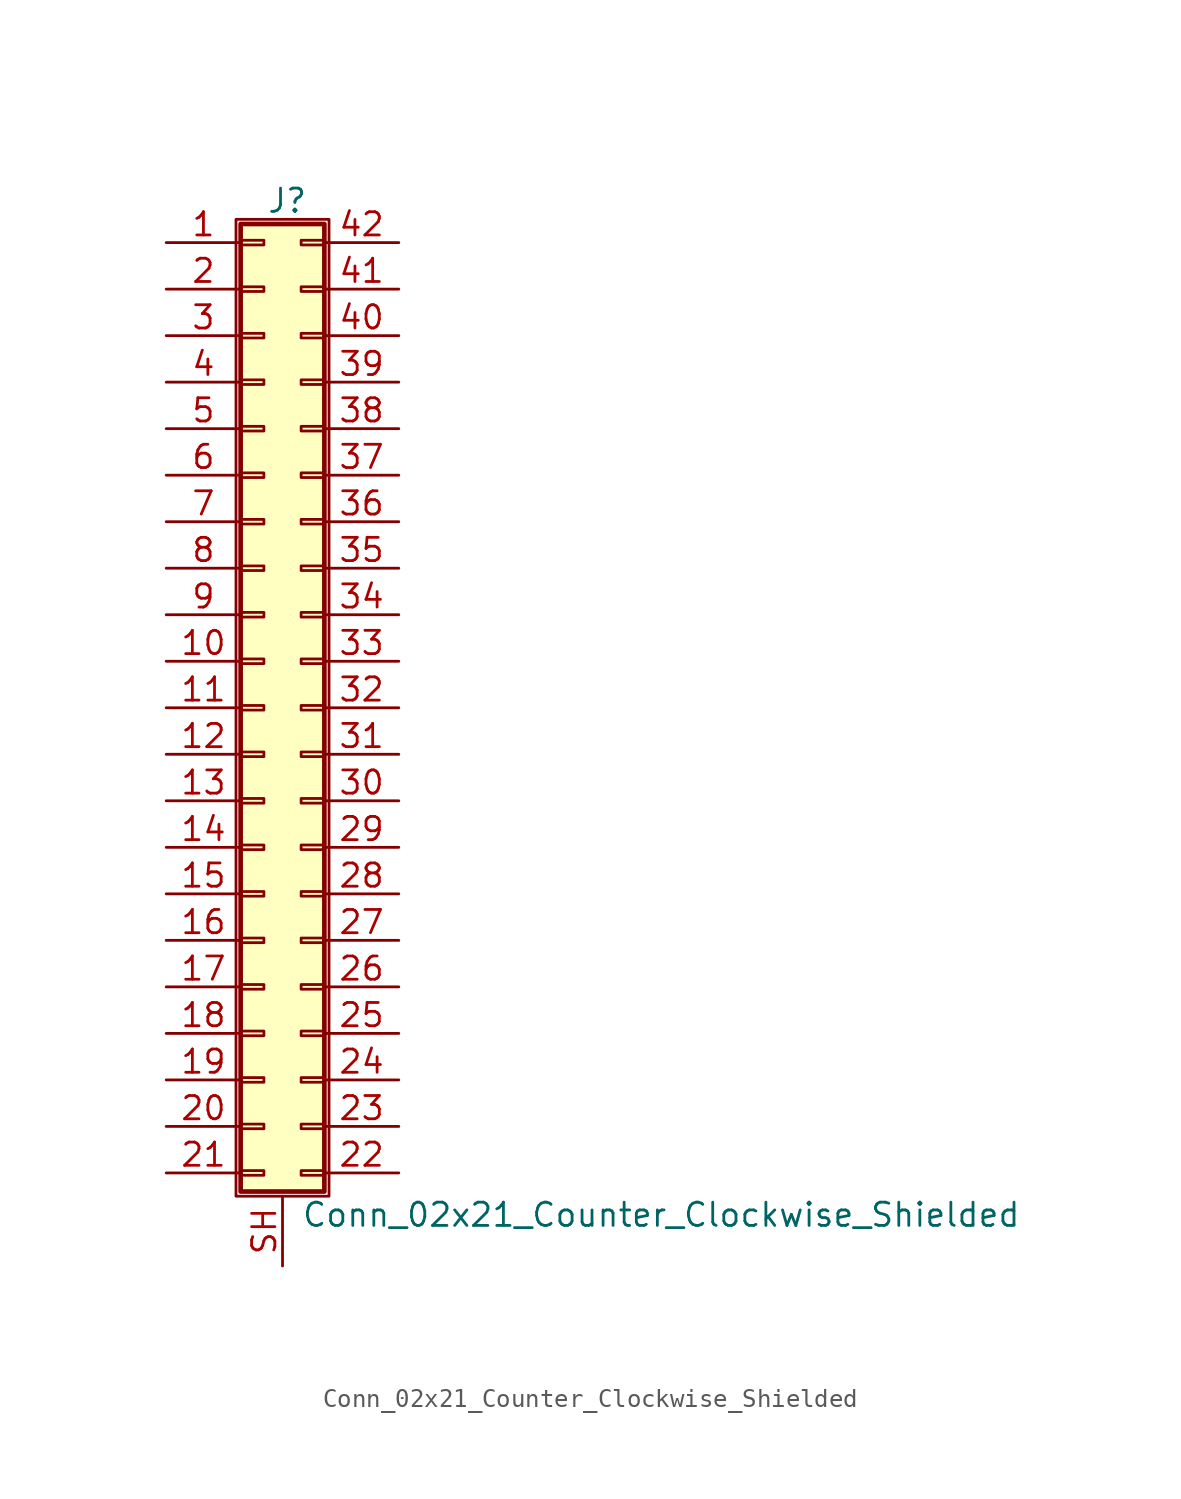
<source format=kicad_sym>
(kicad_symbol_lib
  (version 20201005)
  (generator kicad_symbol_editor)
  (symbol "Conn_02x21_Counter_Clockwise_Shielded"
    (pin_names
      (offset 1.016) hide)
    (property "Reference" "J"
      (at 1.524 27.686 0)
      (effects (font (size 1.27 1.27))))
    (property "Value" "Conn_02x21_Counter_Clockwise_Shielded"
      (at 2.286 -27.686 0)
      (effects (font (size 1.27 1.27)) (justify left)))
    (symbol "Conn_02x21_Counter_Clockwise_Shielded_1_1"
      (rectangle (start -1.27 26.67) (end 3.81 -26.67) (stroke (width 0.152)) (fill (type none)))
      (rectangle (start -1.016 -25.273) (end 0.254 -25.527) (stroke (width 0.152)) (fill (type none)))
      (rectangle (start -1.016 -22.733) (end 0.254 -22.987) (stroke (width 0.152)) (fill (type none)))
      (rectangle (start -1.016 -20.193) (end 0.254 -20.447) (stroke (width 0.152)) (fill (type none)))
      (rectangle (start -1.016 -17.653) (end 0.254 -17.907) (stroke (width 0.152)) (fill (type none)))
      (rectangle (start -1.016 -15.113) (end 0.254 -15.367) (stroke (width 0.152)) (fill (type none)))
      (rectangle (start -1.016 -12.573) (end 0.254 -12.827) (stroke (width 0.152)) (fill (type none)))
      (rectangle (start -1.016 -10.033) (end 0.254 -10.287) (stroke (width 0.152)) (fill (type none)))
      (rectangle (start -1.016 -7.493) (end 0.254 -7.747) (stroke (width 0.152)) (fill (type none)))
      (rectangle (start -1.016 -4.953) (end 0.254 -5.207) (stroke (width 0.152)) (fill (type none)))
      (rectangle (start -1.016 -2.413) (end 0.254 -2.667) (stroke (width 0.152)) (fill (type none)))
      (rectangle (start -1.016 0.127) (end 0.254 -0.127) (stroke (width 0.152)) (fill (type none)))
      (rectangle (start -1.016 2.667) (end 0.254 2.413) (stroke (width 0.152)) (fill (type none)))
      (rectangle (start -1.016 5.207) (end 0.254 4.953) (stroke (width 0.152)) (fill (type none)))
      (rectangle (start -1.016 7.747) (end 0.254 7.493) (stroke (width 0.152)) (fill (type none)))
      (rectangle (start -1.016 10.287) (end 0.254 10.033) (stroke (width 0.152)) (fill (type none)))
      (rectangle (start -1.016 12.827) (end 0.254 12.573) (stroke (width 0.152)) (fill (type none)))
      (rectangle (start -1.016 15.367) (end 0.254 15.113) (stroke (width 0.152)) (fill (type none)))
      (rectangle (start -1.016 17.907) (end 0.254 17.653) (stroke (width 0.152)) (fill (type none)))
      (rectangle (start -1.016 20.447) (end 0.254 20.193) (stroke (width 0.152)) (fill (type none)))
      (rectangle (start -1.016 22.987) (end 0.254 22.733) (stroke (width 0.152)) (fill (type none)))
      (rectangle (start -1.016 25.527) (end 0.254 25.273) (stroke (width 0.152)) (fill (type none)))
      (rectangle (start -1.016 26.416) (end 3.556 -26.416) (stroke (width 0.254)) (fill (type background)))
      (rectangle (start 3.556 -25.273) (end 2.286 -25.527) (stroke (width 0.152)) (fill (type none)))
      (rectangle (start 3.556 -22.733) (end 2.286 -22.987) (stroke (width 0.152)) (fill (type none)))
      (rectangle (start 3.556 -20.193) (end 2.286 -20.447) (stroke (width 0.152)) (fill (type none)))
      (rectangle (start 3.556 -17.653) (end 2.286 -17.907) (stroke (width 0.152)) (fill (type none)))
      (rectangle (start 3.556 -15.113) (end 2.286 -15.367) (stroke (width 0.152)) (fill (type none)))
      (rectangle (start 3.556 -12.573) (end 2.286 -12.827) (stroke (width 0.152)) (fill (type none)))
      (rectangle (start 3.556 -10.033) (end 2.286 -10.287) (stroke (width 0.152)) (fill (type none)))
      (rectangle (start 3.556 -7.493) (end 2.286 -7.747) (stroke (width 0.152)) (fill (type none)))
      (rectangle (start 3.556 -4.953) (end 2.286 -5.207) (stroke (width 0.152)) (fill (type none)))
      (rectangle (start 3.556 -2.413) (end 2.286 -2.667) (stroke (width 0.152)) (fill (type none)))
      (rectangle (start 3.556 0.127) (end 2.286 -0.127) (stroke (width 0.152)) (fill (type none)))
      (rectangle (start 3.556 2.667) (end 2.286 2.413) (stroke (width 0.152)) (fill (type none)))
      (rectangle (start 3.556 5.207) (end 2.286 4.953) (stroke (width 0.152)) (fill (type none)))
      (rectangle (start 3.556 7.747) (end 2.286 7.493) (stroke (width 0.152)) (fill (type none)))
      (rectangle (start 3.556 10.287) (end 2.286 10.033) (stroke (width 0.152)) (fill (type none)))
      (rectangle (start 3.556 12.827) (end 2.286 12.573) (stroke (width 0.152)) (fill (type none)))
      (rectangle (start 3.556 15.367) (end 2.286 15.113) (stroke (width 0.152)) (fill (type none)))
      (rectangle (start 3.556 17.907) (end 2.286 17.653) (stroke (width 0.152)) (fill (type none)))
      (rectangle (start 3.556 20.447) (end 2.286 20.193) (stroke (width 0.152)) (fill (type none)))
      (rectangle (start 3.556 22.987) (end 2.286 22.733) (stroke (width 0.152)) (fill (type none)))
      (rectangle (start 3.556 25.527) (end 2.286 25.273) (stroke (width 0.152)) (fill (type none)))
      (pin passive line (at -5.08 25.4 0) (length 4.064) (name "Pin_1" (effects (font (size 1.27 1.27)))) (number "1" (effects (font (size 1.27 1.27)))))
      (pin passive line (at -5.08 2.54 0) (length 4.064) (name "Pin_10" (effects (font (size 1.27 1.27)))) (number "10" (effects (font (size 1.27 1.27)))))
      (pin passive line (at -5.08 0 0) (length 4.064) (name "Pin_11" (effects (font (size 1.27 1.27)))) (number "11" (effects (font (size 1.27 1.27)))))
      (pin passive line (at -5.08 -2.54 0) (length 4.064) (name "Pin_12" (effects (font (size 1.27 1.27)))) (number "12" (effects (font (size 1.27 1.27)))))
      (pin passive line (at -5.08 -5.08 0) (length 4.064) (name "Pin_13" (effects (font (size 1.27 1.27)))) (number "13" (effects (font (size 1.27 1.27)))))
      (pin passive line (at -5.08 -7.62 0) (length 4.064) (name "Pin_14" (effects (font (size 1.27 1.27)))) (number "14" (effects (font (size 1.27 1.27)))))
      (pin passive line (at -5.08 -10.16 0) (length 4.064) (name "Pin_15" (effects (font (size 1.27 1.27)))) (number "15" (effects (font (size 1.27 1.27)))))
      (pin passive line (at -5.08 -12.7 0) (length 4.064) (name "Pin_16" (effects (font (size 1.27 1.27)))) (number "16" (effects (font (size 1.27 1.27)))))
      (pin passive line (at -5.08 -15.24 0) (length 4.064) (name "Pin_17" (effects (font (size 1.27 1.27)))) (number "17" (effects (font (size 1.27 1.27)))))
      (pin passive line (at -5.08 -17.78 0) (length 4.064) (name "Pin_18" (effects (font (size 1.27 1.27)))) (number "18" (effects (font (size 1.27 1.27)))))
      (pin passive line (at -5.08 -20.32 0) (length 4.064) (name "Pin_19" (effects (font (size 1.27 1.27)))) (number "19" (effects (font (size 1.27 1.27)))))
      (pin passive line (at -5.08 22.86 0) (length 4.064) (name "Pin_2" (effects (font (size 1.27 1.27)))) (number "2" (effects (font (size 1.27 1.27)))))
      (pin passive line (at -5.08 -22.86 0) (length 4.064) (name "Pin_20" (effects (font (size 1.27 1.27)))) (number "20" (effects (font (size 1.27 1.27)))))
      (pin passive line (at -5.08 -25.4 0) (length 4.064) (name "Pin_21" (effects (font (size 1.27 1.27)))) (number "21" (effects (font (size 1.27 1.27)))))
      (pin passive line (at 7.62 -25.4 180) (length 4.064) (name "Pin_22" (effects (font (size 1.27 1.27)))) (number "22" (effects (font (size 1.27 1.27)))))
      (pin passive line (at 7.62 -22.86 180) (length 4.064) (name "Pin_23" (effects (font (size 1.27 1.27)))) (number "23" (effects (font (size 1.27 1.27)))))
      (pin passive line (at 7.62 -20.32 180) (length 4.064) (name "Pin_24" (effects (font (size 1.27 1.27)))) (number "24" (effects (font (size 1.27 1.27)))))
      (pin passive line (at 7.62 -17.78 180) (length 4.064) (name "Pin_25" (effects (font (size 1.27 1.27)))) (number "25" (effects (font (size 1.27 1.27)))))
      (pin passive line (at 7.62 -15.24 180) (length 4.064) (name "Pin_26" (effects (font (size 1.27 1.27)))) (number "26" (effects (font (size 1.27 1.27)))))
      (pin passive line (at 7.62 -12.7 180) (length 4.064) (name "Pin_27" (effects (font (size 1.27 1.27)))) (number "27" (effects (font (size 1.27 1.27)))))
      (pin passive line (at 7.62 -10.16 180) (length 4.064) (name "Pin_28" (effects (font (size 1.27 1.27)))) (number "28" (effects (font (size 1.27 1.27)))))
      (pin passive line (at 7.62 -7.62 180) (length 4.064) (name "Pin_29" (effects (font (size 1.27 1.27)))) (number "29" (effects (font (size 1.27 1.27)))))
      (pin passive line (at -5.08 20.32 0) (length 4.064) (name "Pin_3" (effects (font (size 1.27 1.27)))) (number "3" (effects (font (size 1.27 1.27)))))
      (pin passive line (at 7.62 -5.08 180) (length 4.064) (name "Pin_30" (effects (font (size 1.27 1.27)))) (number "30" (effects (font (size 1.27 1.27)))))
      (pin passive line (at 7.62 -2.54 180) (length 4.064) (name "Pin_31" (effects (font (size 1.27 1.27)))) (number "31" (effects (font (size 1.27 1.27)))))
      (pin passive line (at 7.62 0 180) (length 4.064) (name "Pin_32" (effects (font (size 1.27 1.27)))) (number "32" (effects (font (size 1.27 1.27)))))
      (pin passive line (at 7.62 2.54 180) (length 4.064) (name "Pin_33" (effects (font (size 1.27 1.27)))) (number "33" (effects (font (size 1.27 1.27)))))
      (pin passive line (at 7.62 5.08 180) (length 4.064) (name "Pin_34" (effects (font (size 1.27 1.27)))) (number "34" (effects (font (size 1.27 1.27)))))
      (pin passive line (at 7.62 7.62 180) (length 4.064) (name "Pin_35" (effects (font (size 1.27 1.27)))) (number "35" (effects (font (size 1.27 1.27)))))
      (pin passive line (at 7.62 10.16 180) (length 4.064) (name "Pin_36" (effects (font (size 1.27 1.27)))) (number "36" (effects (font (size 1.27 1.27)))))
      (pin passive line (at 7.62 12.7 180) (length 4.064) (name "Pin_37" (effects (font (size 1.27 1.27)))) (number "37" (effects (font (size 1.27 1.27)))))
      (pin passive line (at 7.62 15.24 180) (length 4.064) (name "Pin_38" (effects (font (size 1.27 1.27)))) (number "38" (effects (font (size 1.27 1.27)))))
      (pin passive line (at 7.62 17.78 180) (length 4.064) (name "Pin_39" (effects (font (size 1.27 1.27)))) (number "39" (effects (font (size 1.27 1.27)))))
      (pin passive line (at -5.08 17.78 0) (length 4.064) (name "Pin_4" (effects (font (size 1.27 1.27)))) (number "4" (effects (font (size 1.27 1.27)))))
      (pin passive line (at 7.62 20.32 180) (length 4.064) (name "Pin_40" (effects (font (size 1.27 1.27)))) (number "40" (effects (font (size 1.27 1.27)))))
      (pin passive line (at 7.62 22.86 180) (length 4.064) (name "Pin_41" (effects (font (size 1.27 1.27)))) (number "41" (effects (font (size 1.27 1.27)))))
      (pin passive line (at 7.62 25.4 180) (length 4.064) (name "Pin_42" (effects (font (size 1.27 1.27)))) (number "42" (effects (font (size 1.27 1.27)))))
      (pin passive line (at -5.08 15.24 0) (length 4.064) (name "Pin_5" (effects (font (size 1.27 1.27)))) (number "5" (effects (font (size 1.27 1.27)))))
      (pin passive line (at -5.08 12.7 0) (length 4.064) (name "Pin_6" (effects (font (size 1.27 1.27)))) (number "6" (effects (font (size 1.27 1.27)))))
      (pin passive line (at -5.08 10.16 0) (length 4.064) (name "Pin_7" (effects (font (size 1.27 1.27)))) (number "7" (effects (font (size 1.27 1.27)))))
      (pin passive line (at -5.08 7.62 0) (length 4.064) (name "Pin_8" (effects (font (size 1.27 1.27)))) (number "8" (effects (font (size 1.27 1.27)))))
      (pin passive line (at -5.08 5.08 0) (length 4.064) (name "Pin_9" (effects (font (size 1.27 1.27)))) (number "9" (effects (font (size 1.27 1.27)))))
      (pin passive line (at 1.27 -30.48 90) (length 3.81) (name "Shield" (effects (font (size 1.27 1.27)))) (number "SH" (effects (font (size 1.27 1.27))))))))
</source>
